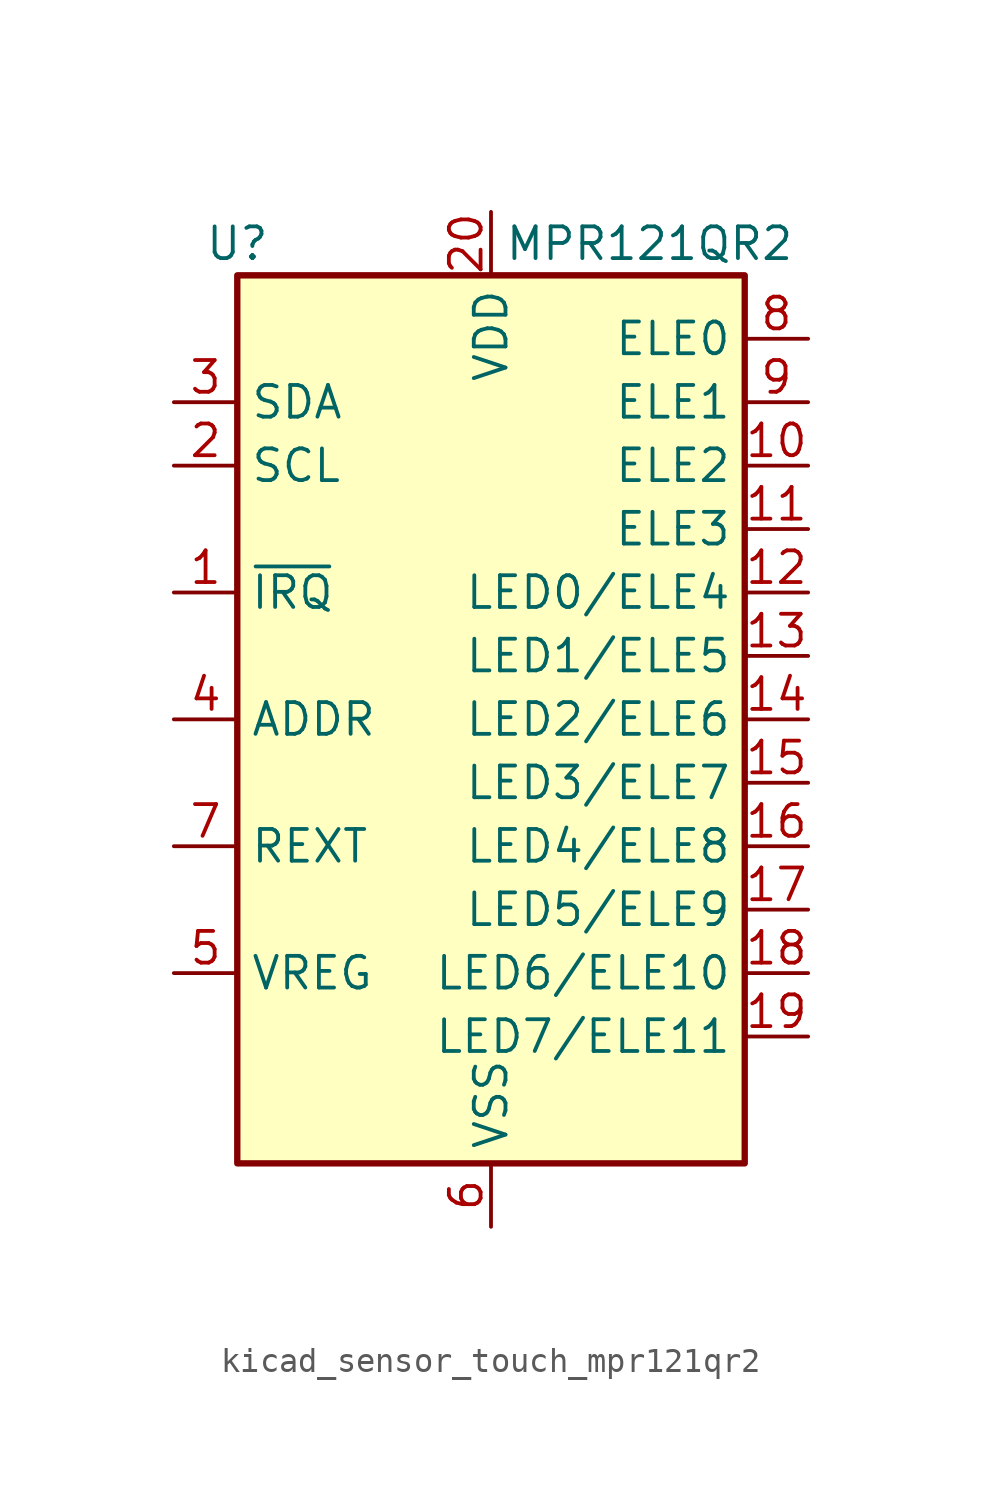
<source format=kicad_sym>
(kicad_symbol_lib
  (version 20220914)
  (generator kicad_symbol_editor)
  (symbol "kicad_sensor_touch_mpr121qr2"
    (property "Reference" "U"
      (at -10.16 19.05 0)
      (effects (font (size 1.27 1.27))))
    (property "Value" "MPR121QR2"
      (at 6.35 19.05 0)
      (effects (font (size 1.27 1.27))))
    (symbol "kicad_sensor_touch_mpr121qr2_0_1"
      (rectangle (start -10.16 17.78) (end 10.16 -17.78) (stroke (width 0.254) (type default)) (fill (type background))))
    (symbol "kicad_sensor_touch_mpr121qr2_1_1"
      (pin open_collector line (at -12.7 5.08 0) (length 2.54) (name "~{IRQ}" (effects (font (size 1.27 1.27)))) (number "1" (effects (font (size 1.27 1.27)))))
      (pin passive line (at 12.7 10.16 180) (length 2.54) (name "ELE2" (effects (font (size 1.27 1.27)))) (number "10" (effects (font (size 1.27 1.27)))))
      (pin passive line (at 12.7 7.62 180) (length 2.54) (name "ELE3" (effects (font (size 1.27 1.27)))) (number "11" (effects (font (size 1.27 1.27)))))
      (pin passive line (at 12.7 5.08 180) (length 2.54) (name "LED0/ELE4" (effects (font (size 1.27 1.27)))) (number "12" (effects (font (size 1.27 1.27)))))
      (pin passive line (at 12.7 2.54 180) (length 2.54) (name "LED1/ELE5" (effects (font (size 1.27 1.27)))) (number "13" (effects (font (size 1.27 1.27)))))
      (pin passive line (at 12.7 0 180) (length 2.54) (name "LED2/ELE6" (effects (font (size 1.27 1.27)))) (number "14" (effects (font (size 1.27 1.27)))))
      (pin passive line (at 12.7 -2.54 180) (length 2.54) (name "LED3/ELE7" (effects (font (size 1.27 1.27)))) (number "15" (effects (font (size 1.27 1.27)))))
      (pin passive line (at 12.7 -5.08 180) (length 2.54) (name "LED4/ELE8" (effects (font (size 1.27 1.27)))) (number "16" (effects (font (size 1.27 1.27)))))
      (pin passive line (at 12.7 -7.62 180) (length 2.54) (name "LED5/ELE9" (effects (font (size 1.27 1.27)))) (number "17" (effects (font (size 1.27 1.27)))))
      (pin passive line (at 12.7 -10.16 180) (length 2.54) (name "LED6/ELE10" (effects (font (size 1.27 1.27)))) (number "18" (effects (font (size 1.27 1.27)))))
      (pin passive line (at 12.7 -12.7 180) (length 2.54) (name "LED7/ELE11" (effects (font (size 1.27 1.27)))) (number "19" (effects (font (size 1.27 1.27)))))
      (pin input line (at -12.7 10.16 0) (length 2.54) (name "SCL" (effects (font (size 1.27 1.27)))) (number "2" (effects (font (size 1.27 1.27)))))
      (pin power_in line (at 0 20.32 270) (length 2.54) (name "VDD" (effects (font (size 1.27 1.27)))) (number "20" (effects (font (size 1.27 1.27)))))
      (pin bidirectional line (at -12.7 12.7 0) (length 2.54) (name "SDA" (effects (font (size 1.27 1.27)))) (number "3" (effects (font (size 1.27 1.27)))))
      (pin input line (at -12.7 0 0) (length 2.54) (name "ADDR" (effects (font (size 1.27 1.27)))) (number "4" (effects (font (size 1.27 1.27)))))
      (pin passive line (at -12.7 -10.16 0) (length 2.54) (name "VREG" (effects (font (size 1.27 1.27)))) (number "5" (effects (font (size 1.27 1.27)))))
      (pin power_in line (at 0 -20.32 90) (length 2.54) (name "VSS" (effects (font (size 1.27 1.27)))) (number "6" (effects (font (size 1.27 1.27)))))
      (pin passive line (at -12.7 -5.08 0) (length 2.54) (name "REXT" (effects (font (size 1.27 1.27)))) (number "7" (effects (font (size 1.27 1.27)))))
      (pin passive line (at 12.7 15.24 180) (length 2.54) (name "ELE0" (effects (font (size 1.27 1.27)))) (number "8" (effects (font (size 1.27 1.27)))))
      (pin passive line (at 12.7 12.7 180) (length 2.54) (name "ELE1" (effects (font (size 1.27 1.27)))) (number "9" (effects (font (size 1.27 1.27))))))))
</source>
